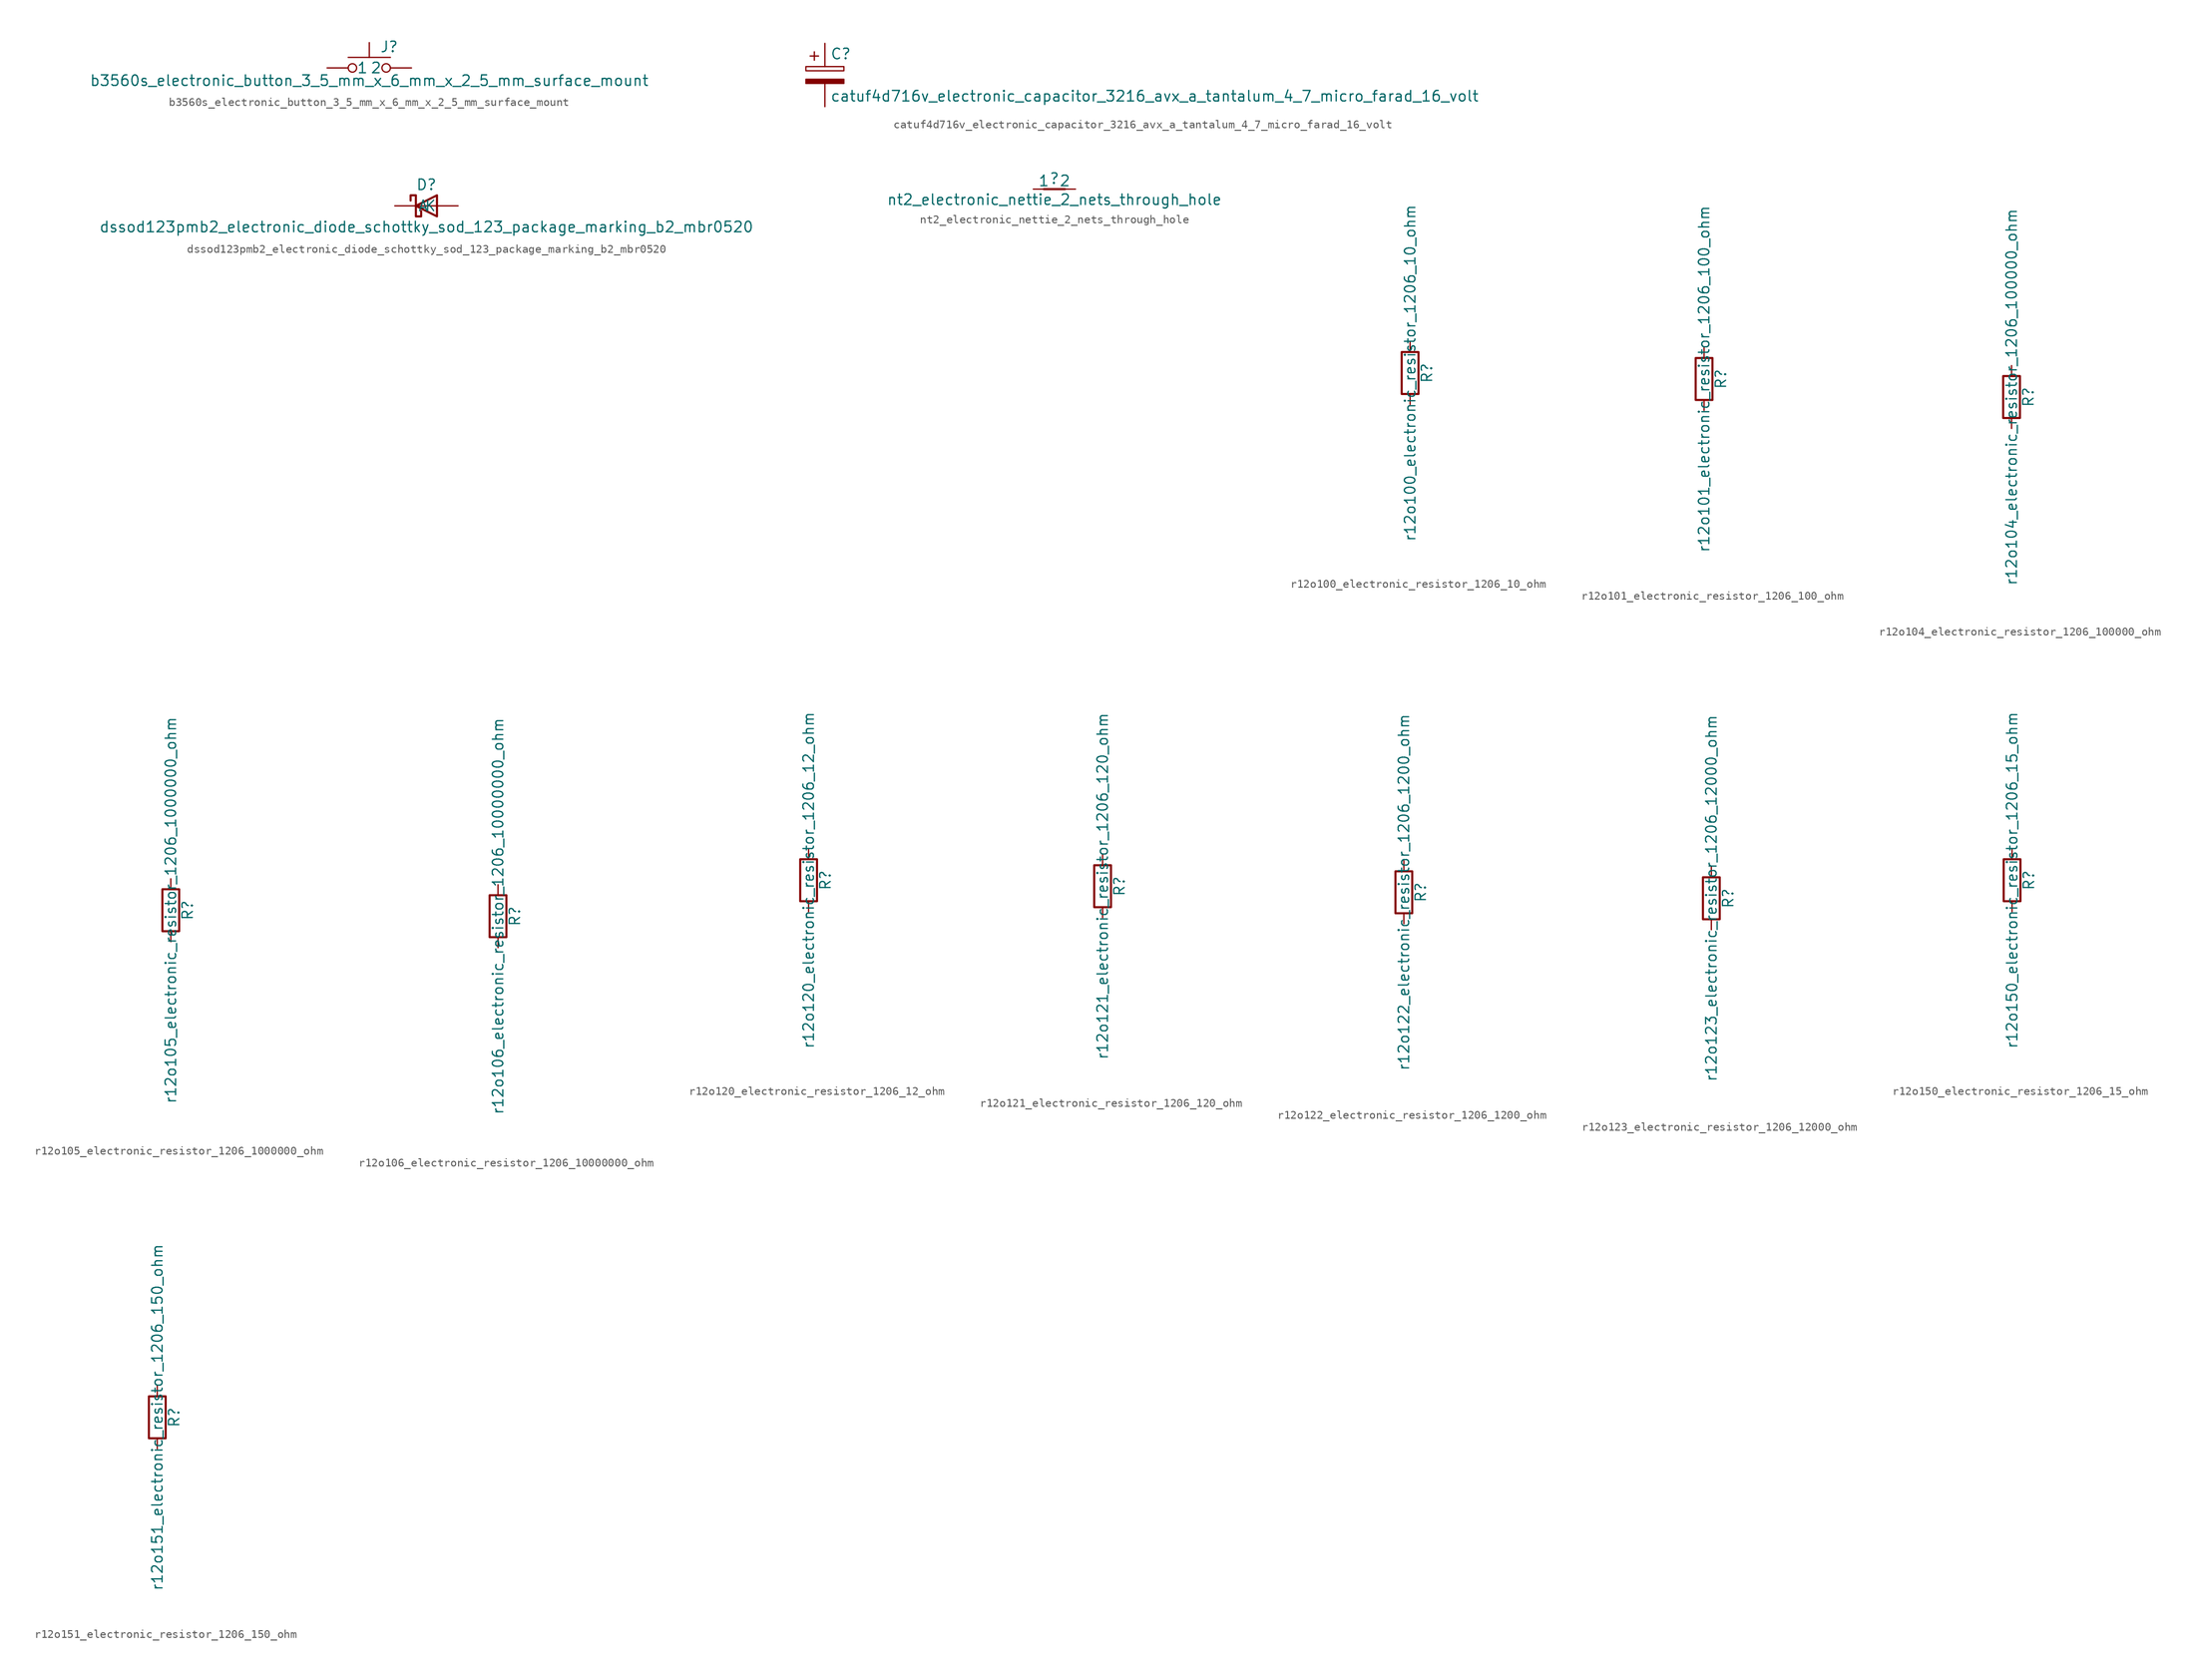
<source format=kicad_sym>
(kicad_symbol_lib
  (version 20220914)
  (generator kicad_symbol_editor)
  (symbol "b3560s_electronic_button_3_5_mm_x_6_mm_x_2_5_mm_surface_mount"
    (pin_numbers hide)
    (pin_names
      (offset 1.016))
    (property "Reference" "J"
      (at 1.27 2.54 0)
      (effects (font (size 1.27 1.27)) (justify left)))
    (property "Value" "b3560s_electronic_button_3_5_mm_x_6_mm_x_2_5_mm_surface_mount"
      (at 0 -1.524 0)
      (effects (font (size 1.27 1.27))))
    (symbol "b3560s_electronic_button_3_5_mm_x_6_mm_x_2_5_mm_surface_mount_0_1"
      (circle (center -2.032 0) (radius 0.508) (stroke (width 0) (type default)) (fill (type none)))
      (polyline (pts (xy 0 1.27) (xy 0 3.048)) (stroke (width 0) (type default)) (fill (type none)))
      (polyline (pts (xy 2.54 1.27) (xy -2.54 1.27)) (stroke (width 0) (type default)) (fill (type none)))
      (circle (center 2.032 0) (radius 0.508) (stroke (width 0) (type default)) (fill (type none)))
      (pin passive line (at -5.08 0 0) (length 2.54) (name "1" (effects (font (size 1.27 1.27)))) (number "1" (effects (font (size 1.27 1.27)))))
      (pin passive line (at 5.08 0 180) (length 2.54) (name "2" (effects (font (size 1.27 1.27)))) (number "2" (effects (font (size 1.27 1.27)))))))
  (symbol "catuf4d716v_electronic_capacitor_3216_avx_a_tantalum_4_7_micro_farad_16_volt"
    (pin_numbers hide)
    (pin_names
      (offset 0.254))
    (property "Reference" "C"
      (at 0.635 2.54 0)
      (effects (font (size 1.27 1.27)) (justify left)))
    (property "Value" "catuf4d716v_electronic_capacitor_3216_avx_a_tantalum_4_7_micro_farad_16_volt"
      (at 0.635 -2.54 0)
      (effects (font (size 1.27 1.27)) (justify left)))
    (symbol "catuf4d716v_electronic_capacitor_3216_avx_a_tantalum_4_7_micro_farad_16_volt_0_1"
      (rectangle (start -2.286 0.508) (end 2.286 1.016) (stroke (width 0) (type default)) (fill (type none)))
      (polyline (pts (xy -1.778 2.286) (xy -0.762 2.286)) (stroke (width 0) (type default)) (fill (type none)))
      (polyline (pts (xy -1.27 2.794) (xy -1.27 1.778)) (stroke (width 0) (type default)) (fill (type none)))
      (rectangle (start 2.286 -0.508) (end -2.286 -1.016) (stroke (width 0) (type default)) (fill (type outline))))
    (symbol "catuf4d716v_electronic_capacitor_3216_avx_a_tantalum_4_7_micro_farad_16_volt_1_1"
      (pin passive line (at 0 3.81 270) (length 2.794) (name "~" (effects (font (size 1.27 1.27)))) (number "1" (effects (font (size 1.27 1.27)))))
      (pin passive line (at 0 -3.81 90) (length 2.794) (name "~" (effects (font (size 1.27 1.27)))) (number "2" (effects (font (size 1.27 1.27)))))))
  (symbol "dssod123pmb2_electronic_diode_schottky_sod_123_package_marking_b2_mbr0520"
    (pin_numbers hide)
    (pin_names
      (offset 1.016))
    (property "Reference" "D"
      (at 0 2.54 0)
      (effects (font (size 1.27 1.27))))
    (property "Value" "dssod123pmb2_electronic_diode_schottky_sod_123_package_marking_b2_mbr0520"
      (at 0 -2.54 0)
      (effects (font (size 1.27 1.27))))
    (symbol "dssod123pmb2_electronic_diode_schottky_sod_123_package_marking_b2_mbr0520_0_1"
      (polyline (pts (xy 1.27 0) (xy -1.27 0)) (stroke (width 0) (type default)) (fill (type none)))
      (polyline (pts (xy 1.27 1.27) (xy 1.27 -1.27) (xy -1.27 0) (xy 1.27 1.27)) (stroke (width 0.254) (type default)) (fill (type none)))
      (polyline (pts (xy -1.905 0.635) (xy -1.905 1.27) (xy -1.27 1.27) (xy -1.27 -1.27) (xy -0.635 -1.27) (xy -0.635 -0.635)) (stroke (width 0.254) (type default)) (fill (type none))))
    (symbol "dssod123pmb2_electronic_diode_schottky_sod_123_package_marking_b2_mbr0520_1_1"
      (pin passive line (at -3.81 0 0) (length 2.54) (name "K" (effects (font (size 1.27 1.27)))) (number "1" (effects (font (size 1.27 1.27)))))
      (pin passive line (at 3.81 0 180) (length 2.54) (name "A" (effects (font (size 1.27 1.27)))) (number "2" (effects (font (size 1.27 1.27)))))))
  (symbol "nt2_electronic_nettie_2_nets_through_hole"
    (pin_numbers hide)
    (pin_names
      (offset 0))
    (property "Reference" ""
      (at 0 1.27 0)
      (effects (font (size 1.27 1.27))))
    (property "Value" "nt2_electronic_nettie_2_nets_through_hole"
      (at 0 -1.27 0)
      (effects (font (size 1.27 1.27))))
    (symbol "nt2_electronic_nettie_2_nets_through_hole_0_1"
      (polyline (pts (xy -1.27 0) (xy 1.27 0)) (stroke (width 0.254) (type default)) (fill (type none))))
    (symbol "nt2_electronic_nettie_2_nets_through_hole_1_1"
      (pin passive line (at -2.54 0 0) (length 2.54) (name "1" (effects (font (size 1.27 1.27)))) (number "1" (effects (font (size 1.27 1.27)))))
      (pin passive line (at 2.54 0 180) (length 2.54) (name "2" (effects (font (size 1.27 1.27)))) (number "2" (effects (font (size 1.27 1.27)))))))
  (symbol "r12o100_electronic_resistor_1206_10_ohm"
    (pin_numbers hide)
    (pin_names
      (offset 0))
    (property "Reference" "R"
      (at 2.032 0 90)
      (effects (font (size 1.27 1.27))))
    (property "Value" "r12o100_electronic_resistor_1206_10_ohm"
      (at 0 0 90)
      (effects (font (size 1.27 1.27))))
    (symbol "r12o100_electronic_resistor_1206_10_ohm_0_1"
      (rectangle (start -1.016 -2.54) (end 1.016 2.54) (stroke (width 0.254) (type default)) (fill (type none))))
    (symbol "r12o100_electronic_resistor_1206_10_ohm_1_1"
      (pin passive line (at 0 3.81 270) (length 1.27) (name "~" (effects (font (size 1.27 1.27)))) (number "1" (effects (font (size 1.27 1.27)))))
      (pin passive line (at 0 -3.81 90) (length 1.27) (name "~" (effects (font (size 1.27 1.27)))) (number "2" (effects (font (size 1.27 1.27)))))))
  (symbol "r12o101_electronic_resistor_1206_100_ohm"
    (pin_numbers hide)
    (pin_names
      (offset 0))
    (property "Reference" "R"
      (at 2.032 0 90)
      (effects (font (size 1.27 1.27))))
    (property "Value" "r12o101_electronic_resistor_1206_100_ohm"
      (at 0 0 90)
      (effects (font (size 1.27 1.27))))
    (symbol "r12o101_electronic_resistor_1206_100_ohm_0_1"
      (rectangle (start -1.016 -2.54) (end 1.016 2.54) (stroke (width 0.254) (type default)) (fill (type none))))
    (symbol "r12o101_electronic_resistor_1206_100_ohm_1_1"
      (pin passive line (at 0 3.81 270) (length 1.27) (name "~" (effects (font (size 1.27 1.27)))) (number "1" (effects (font (size 1.27 1.27)))))
      (pin passive line (at 0 -3.81 90) (length 1.27) (name "~" (effects (font (size 1.27 1.27)))) (number "2" (effects (font (size 1.27 1.27)))))))
  (symbol "r12o104_electronic_resistor_1206_100000_ohm"
    (pin_numbers hide)
    (pin_names
      (offset 0))
    (property "Reference" "R"
      (at 2.032 0 90)
      (effects (font (size 1.27 1.27))))
    (property "Value" "r12o104_electronic_resistor_1206_100000_ohm"
      (at 0 0 90)
      (effects (font (size 1.27 1.27))))
    (symbol "r12o104_electronic_resistor_1206_100000_ohm_0_1"
      (rectangle (start -1.016 -2.54) (end 1.016 2.54) (stroke (width 0.254) (type default)) (fill (type none))))
    (symbol "r12o104_electronic_resistor_1206_100000_ohm_1_1"
      (pin passive line (at 0 3.81 270) (length 1.27) (name "~" (effects (font (size 1.27 1.27)))) (number "1" (effects (font (size 1.27 1.27)))))
      (pin passive line (at 0 -3.81 90) (length 1.27) (name "~" (effects (font (size 1.27 1.27)))) (number "2" (effects (font (size 1.27 1.27)))))))
  (symbol "r12o105_electronic_resistor_1206_1000000_ohm"
    (pin_numbers hide)
    (pin_names
      (offset 0))
    (property "Reference" "R"
      (at 2.032 0 90)
      (effects (font (size 1.27 1.27))))
    (property "Value" "r12o105_electronic_resistor_1206_1000000_ohm"
      (at 0 0 90)
      (effects (font (size 1.27 1.27))))
    (symbol "r12o105_electronic_resistor_1206_1000000_ohm_0_1"
      (rectangle (start -1.016 -2.54) (end 1.016 2.54) (stroke (width 0.254) (type default)) (fill (type none))))
    (symbol "r12o105_electronic_resistor_1206_1000000_ohm_1_1"
      (pin passive line (at 0 3.81 270) (length 1.27) (name "~" (effects (font (size 1.27 1.27)))) (number "1" (effects (font (size 1.27 1.27)))))
      (pin passive line (at 0 -3.81 90) (length 1.27) (name "~" (effects (font (size 1.27 1.27)))) (number "2" (effects (font (size 1.27 1.27)))))))
  (symbol "r12o106_electronic_resistor_1206_10000000_ohm"
    (pin_numbers hide)
    (pin_names
      (offset 0))
    (property "Reference" "R"
      (at 2.032 0 90)
      (effects (font (size 1.27 1.27))))
    (property "Value" "r12o106_electronic_resistor_1206_10000000_ohm"
      (at 0 0 90)
      (effects (font (size 1.27 1.27))))
    (symbol "r12o106_electronic_resistor_1206_10000000_ohm_0_1"
      (rectangle (start -1.016 -2.54) (end 1.016 2.54) (stroke (width 0.254) (type default)) (fill (type none))))
    (symbol "r12o106_electronic_resistor_1206_10000000_ohm_1_1"
      (pin passive line (at 0 3.81 270) (length 1.27) (name "~" (effects (font (size 1.27 1.27)))) (number "1" (effects (font (size 1.27 1.27)))))
      (pin passive line (at 0 -3.81 90) (length 1.27) (name "~" (effects (font (size 1.27 1.27)))) (number "2" (effects (font (size 1.27 1.27)))))))
  (symbol "r12o120_electronic_resistor_1206_12_ohm"
    (pin_numbers hide)
    (pin_names
      (offset 0))
    (property "Reference" "R"
      (at 2.032 0 90)
      (effects (font (size 1.27 1.27))))
    (property "Value" "r12o120_electronic_resistor_1206_12_ohm"
      (at 0 0 90)
      (effects (font (size 1.27 1.27))))
    (symbol "r12o120_electronic_resistor_1206_12_ohm_0_1"
      (rectangle (start -1.016 -2.54) (end 1.016 2.54) (stroke (width 0.254) (type default)) (fill (type none))))
    (symbol "r12o120_electronic_resistor_1206_12_ohm_1_1"
      (pin passive line (at 0 3.81 270) (length 1.27) (name "~" (effects (font (size 1.27 1.27)))) (number "1" (effects (font (size 1.27 1.27)))))
      (pin passive line (at 0 -3.81 90) (length 1.27) (name "~" (effects (font (size 1.27 1.27)))) (number "2" (effects (font (size 1.27 1.27)))))))
  (symbol "r12o121_electronic_resistor_1206_120_ohm"
    (pin_numbers hide)
    (pin_names
      (offset 0))
    (property "Reference" "R"
      (at 2.032 0 90)
      (effects (font (size 1.27 1.27))))
    (property "Value" "r12o121_electronic_resistor_1206_120_ohm"
      (at 0 0 90)
      (effects (font (size 1.27 1.27))))
    (symbol "r12o121_electronic_resistor_1206_120_ohm_0_1"
      (rectangle (start -1.016 -2.54) (end 1.016 2.54) (stroke (width 0.254) (type default)) (fill (type none))))
    (symbol "r12o121_electronic_resistor_1206_120_ohm_1_1"
      (pin passive line (at 0 3.81 270) (length 1.27) (name "~" (effects (font (size 1.27 1.27)))) (number "1" (effects (font (size 1.27 1.27)))))
      (pin passive line (at 0 -3.81 90) (length 1.27) (name "~" (effects (font (size 1.27 1.27)))) (number "2" (effects (font (size 1.27 1.27)))))))
  (symbol "r12o122_electronic_resistor_1206_1200_ohm"
    (pin_numbers hide)
    (pin_names
      (offset 0))
    (property "Reference" "R"
      (at 2.032 0 90)
      (effects (font (size 1.27 1.27))))
    (property "Value" "r12o122_electronic_resistor_1206_1200_ohm"
      (at 0 0 90)
      (effects (font (size 1.27 1.27))))
    (symbol "r12o122_electronic_resistor_1206_1200_ohm_0_1"
      (rectangle (start -1.016 -2.54) (end 1.016 2.54) (stroke (width 0.254) (type default)) (fill (type none))))
    (symbol "r12o122_electronic_resistor_1206_1200_ohm_1_1"
      (pin passive line (at 0 3.81 270) (length 1.27) (name "~" (effects (font (size 1.27 1.27)))) (number "1" (effects (font (size 1.27 1.27)))))
      (pin passive line (at 0 -3.81 90) (length 1.27) (name "~" (effects (font (size 1.27 1.27)))) (number "2" (effects (font (size 1.27 1.27)))))))
  (symbol "r12o123_electronic_resistor_1206_12000_ohm"
    (pin_numbers hide)
    (pin_names
      (offset 0))
    (property "Reference" "R"
      (at 2.032 0 90)
      (effects (font (size 1.27 1.27))))
    (property "Value" "r12o123_electronic_resistor_1206_12000_ohm"
      (at 0 0 90)
      (effects (font (size 1.27 1.27))))
    (symbol "r12o123_electronic_resistor_1206_12000_ohm_0_1"
      (rectangle (start -1.016 -2.54) (end 1.016 2.54) (stroke (width 0.254) (type default)) (fill (type none))))
    (symbol "r12o123_electronic_resistor_1206_12000_ohm_1_1"
      (pin passive line (at 0 3.81 270) (length 1.27) (name "~" (effects (font (size 1.27 1.27)))) (number "1" (effects (font (size 1.27 1.27)))))
      (pin passive line (at 0 -3.81 90) (length 1.27) (name "~" (effects (font (size 1.27 1.27)))) (number "2" (effects (font (size 1.27 1.27)))))))
  (symbol "r12o150_electronic_resistor_1206_15_ohm"
    (pin_numbers hide)
    (pin_names
      (offset 0))
    (property "Reference" "R"
      (at 2.032 0 90)
      (effects (font (size 1.27 1.27))))
    (property "Value" "r12o150_electronic_resistor_1206_15_ohm"
      (at 0 0 90)
      (effects (font (size 1.27 1.27))))
    (symbol "r12o150_electronic_resistor_1206_15_ohm_0_1"
      (rectangle (start -1.016 -2.54) (end 1.016 2.54) (stroke (width 0.254) (type default)) (fill (type none))))
    (symbol "r12o150_electronic_resistor_1206_15_ohm_1_1"
      (pin passive line (at 0 3.81 270) (length 1.27) (name "~" (effects (font (size 1.27 1.27)))) (number "1" (effects (font (size 1.27 1.27)))))
      (pin passive line (at 0 -3.81 90) (length 1.27) (name "~" (effects (font (size 1.27 1.27)))) (number "2" (effects (font (size 1.27 1.27)))))))
  (symbol "r12o151_electronic_resistor_1206_150_ohm"
    (pin_numbers hide)
    (pin_names
      (offset 0))
    (property "Reference" "R"
      (at 2.032 0 90)
      (effects (font (size 1.27 1.27))))
    (property "Value" "r12o151_electronic_resistor_1206_150_ohm"
      (at 0 0 90)
      (effects (font (size 1.27 1.27))))
    (symbol "r12o151_electronic_resistor_1206_150_ohm_0_1"
      (rectangle (start -1.016 -2.54) (end 1.016 2.54) (stroke (width 0.254) (type default)) (fill (type none))))
    (symbol "r12o151_electronic_resistor_1206_150_ohm_1_1"
      (pin passive line (at 0 3.81 270) (length 1.27) (name "~" (effects (font (size 1.27 1.27)))) (number "1" (effects (font (size 1.27 1.27)))))
      (pin passive line (at 0 -3.81 90) (length 1.27) (name "~" (effects (font (size 1.27 1.27)))) (number "2" (effects (font (size 1.27 1.27))))))))
</source>
